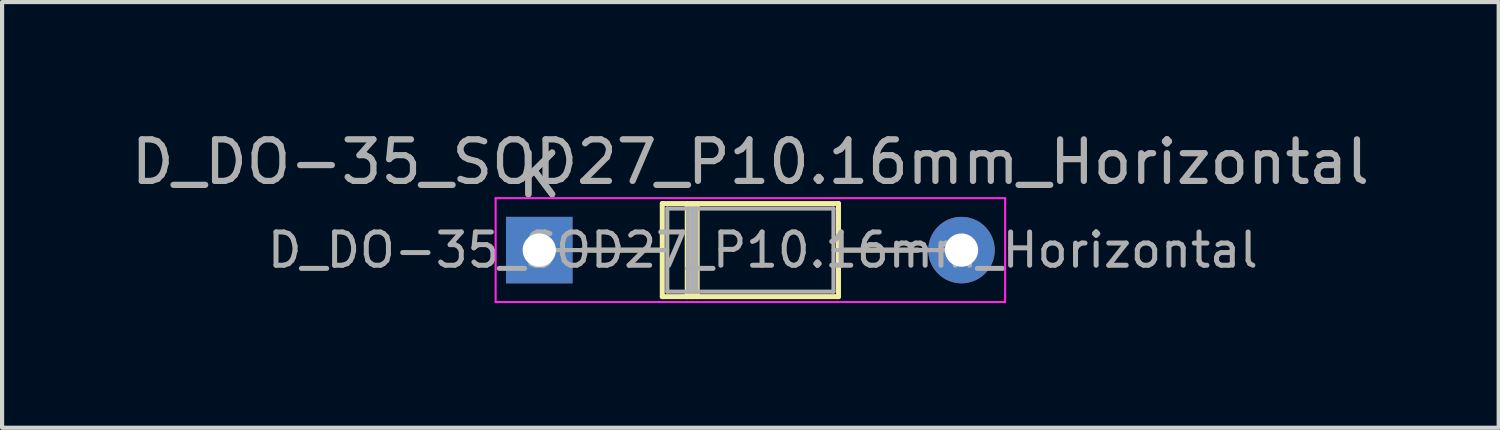
<source format=kicad_pcb>
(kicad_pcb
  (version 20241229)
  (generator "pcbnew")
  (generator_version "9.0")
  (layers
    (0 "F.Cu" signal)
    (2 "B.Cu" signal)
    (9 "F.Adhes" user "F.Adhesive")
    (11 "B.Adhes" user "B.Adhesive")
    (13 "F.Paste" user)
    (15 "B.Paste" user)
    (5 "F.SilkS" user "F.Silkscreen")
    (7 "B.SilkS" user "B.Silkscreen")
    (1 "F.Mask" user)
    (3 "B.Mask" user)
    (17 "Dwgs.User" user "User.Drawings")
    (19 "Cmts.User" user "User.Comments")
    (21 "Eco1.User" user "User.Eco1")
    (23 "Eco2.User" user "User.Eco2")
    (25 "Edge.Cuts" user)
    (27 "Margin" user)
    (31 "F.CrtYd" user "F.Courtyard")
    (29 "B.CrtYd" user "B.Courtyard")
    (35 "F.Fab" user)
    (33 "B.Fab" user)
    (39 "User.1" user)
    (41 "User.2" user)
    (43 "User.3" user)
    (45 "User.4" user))
  (footprint "D_DO-35_SOD27_P10.16mm_Horizontal"
    (layer "F.Cu")
    (at 9.926 2.968)
    (property "Reference" "D_DO-35_SOD27_P10.16mm_Horizontal" (at 5.08 -2.12 0) (layer "F.Fab") (effects (font (size 1 1) (thickness 0.15))))
    (attr through_hole)
    (fp_line (start 1.04 0) (end 2.96 0) (stroke (width 0.12) (type solid)) (layer "F.SilkS"))
    (fp_line (start 2.96 -1.12) (end 2.96 1.12) (stroke (width 0.12) (type solid)) (layer "F.SilkS"))
    (fp_line (start 2.96 1.12) (end 7.2 1.12) (stroke (width 0.12) (type solid)) (layer "F.SilkS"))
    (fp_line (start 3.56 -1.12) (end 3.56 1.12) (stroke (width 0.12) (type solid)) (layer "F.SilkS"))
    (fp_line (start 3.68 -1.12) (end 3.68 1.12) (stroke (width 0.12) (type solid)) (layer "F.SilkS"))
    (fp_line (start 3.8 -1.12) (end 3.8 1.12) (stroke (width 0.12) (type solid)) (layer "F.SilkS"))
    (fp_line (start 7.2 -1.12) (end 2.96 -1.12) (stroke (width 0.12) (type solid)) (layer "F.SilkS"))
    (fp_line (start 7.2 1.12) (end 7.2 -1.12) (stroke (width 0.12) (type solid)) (layer "F.SilkS"))
    (fp_line (start 9.12 0) (end 7.2 0) (stroke (width 0.12) (type solid)) (layer "F.SilkS"))
    (fp_line (start -1.05 -1.25) (end -1.05 1.25) (stroke (width 0.05) (type solid)) (layer "F.CrtYd"))
    (fp_line (start -1.05 1.25) (end 11.21 1.25) (stroke (width 0.05) (type solid)) (layer "F.CrtYd"))
    (fp_line (start 11.21 -1.25) (end -1.05 -1.25) (stroke (width 0.05) (type solid)) (layer "F.CrtYd"))
    (fp_line (start 11.21 1.25) (end 11.21 -1.25) (stroke (width 0.05) (type solid)) (layer "F.CrtYd"))
    (fp_line (start 0 0) (end 3.08 0) (stroke (width 0.1) (type solid)) (layer "F.Fab"))
    (fp_line (start 3.08 -1) (end 3.08 1) (stroke (width 0.1) (type solid)) (layer "F.Fab"))
    (fp_line (start 3.08 1) (end 7.08 1) (stroke (width 0.1) (type solid)) (layer "F.Fab"))
    (fp_line (start 3.58 -1) (end 3.58 1) (stroke (width 0.1) (type solid)) (layer "F.Fab"))
    (fp_line (start 3.68 -1) (end 3.68 1) (stroke (width 0.1) (type solid)) (layer "F.Fab"))
    (fp_line (start 3.78 -1) (end 3.78 1) (stroke (width 0.1) (type solid)) (layer "F.Fab"))
    (fp_line (start 7.08 -1) (end 3.08 -1) (stroke (width 0.1) (type solid)) (layer "F.Fab"))
    (fp_line (start 7.08 1) (end 7.08 -1) (stroke (width 0.1) (type solid)) (layer "F.Fab"))
    (fp_line (start 10.16 0) (end 7.08 0) (stroke (width 0.1) (type solid)) (layer "F.Fab"))
    (fp_text user "K" (at 0 -1.8 0) (layer "F.Fab") (effects (font (size 1 1) (thickness 0.15))))
    (fp_text user "${REFERENCE}" (at 5.38 0 0) (layer "F.Fab") (effects (font (size 0.8 0.8) (thickness 0.12))))
    (fp_text user "K" (at 0 -1.8 0) (layer "F.Fab") (effects (font (size 1 1) (thickness 0.15))))
    (pad "1" thru_hole rect (at 0 0) (size 1.6 1.6) (drill 0.8) (layers "*.Cu" "*.Mask"))
    (pad "2" thru_hole oval (at 10.16 0) (size 1.6 1.6) (drill 0.8) (layers "*.Cu" "*.Mask")))
  (gr_rect
    (start -3 -3)
    (end 33.012 7.243)
    (stroke (width 0.1) (type default))
    (fill no)
    (layer "Edge.Cuts")))
</source>
